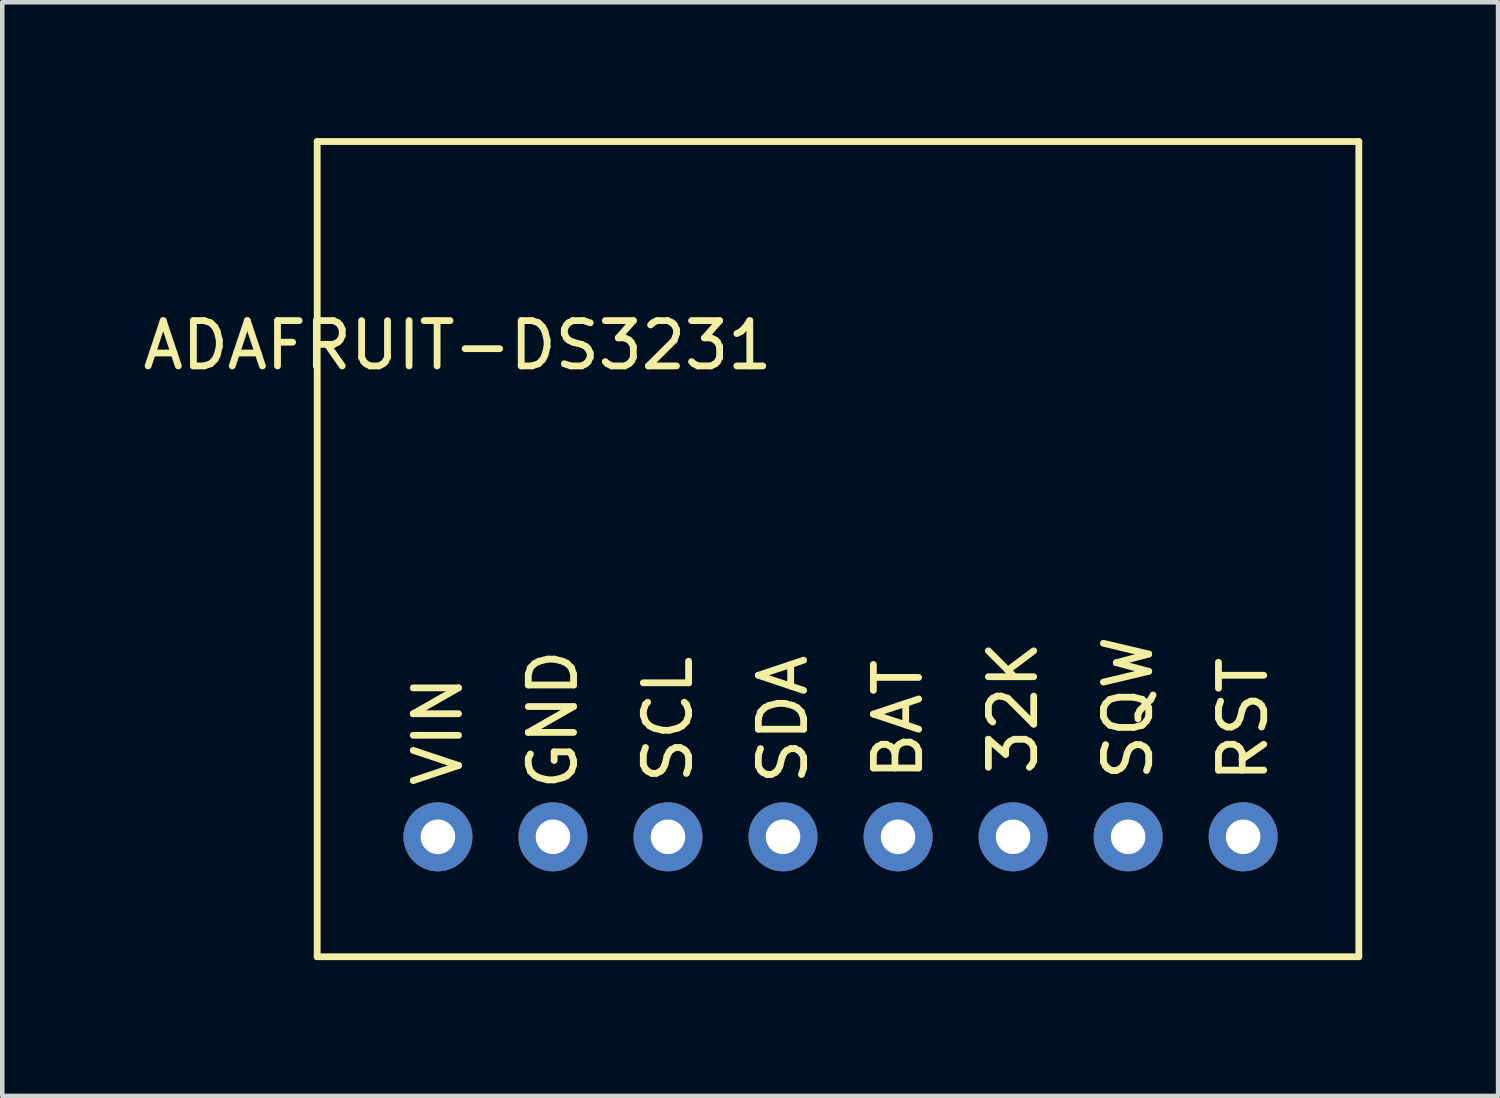
<source format=kicad_pcb>
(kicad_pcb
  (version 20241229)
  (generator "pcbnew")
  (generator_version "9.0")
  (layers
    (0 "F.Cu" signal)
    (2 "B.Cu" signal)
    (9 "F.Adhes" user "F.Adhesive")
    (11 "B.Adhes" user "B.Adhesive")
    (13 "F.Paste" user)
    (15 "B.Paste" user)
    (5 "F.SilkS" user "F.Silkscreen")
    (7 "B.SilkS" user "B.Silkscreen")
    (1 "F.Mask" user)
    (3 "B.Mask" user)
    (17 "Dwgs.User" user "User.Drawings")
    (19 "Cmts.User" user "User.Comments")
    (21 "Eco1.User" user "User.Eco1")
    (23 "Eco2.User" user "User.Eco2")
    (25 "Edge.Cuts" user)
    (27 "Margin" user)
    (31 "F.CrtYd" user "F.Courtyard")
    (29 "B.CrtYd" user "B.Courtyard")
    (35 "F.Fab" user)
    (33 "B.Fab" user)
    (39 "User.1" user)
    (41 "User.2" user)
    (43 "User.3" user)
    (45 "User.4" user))
  (footprint "ADAFRUIT-DS3231"
    (layer "F.Cu")
    (at 11.954 12.075)
    (property "Reference" "ADAFRUIT-DS3231" (at -4.9 -7.5 0) (layer "F.SilkS") (effects (font (size 1 1) (thickness 0.15))))
    (attr through_hole)
    (fp_line (start -8 -12) (end -8 6) (stroke (width 0.15) (type solid)) (layer "F.SilkS"))
    (fp_line (start -8 6) (end 15 6) (stroke (width 0.15) (type solid)) (layer "F.SilkS"))
    (fp_line (start 15 -12) (end -8 -12) (stroke (width 0.15) (type solid)) (layer "F.SilkS"))
    (fp_line (start 15 6) (end 15 -12) (stroke (width 0.15) (type solid)) (layer "F.SilkS"))
    (fp_text user "VIN" (at -5.334 1.016 90) (layer "F.SilkS") (effects (font (size 1 1) (thickness 0.15))))
    (fp_text user "32K" (at 7.366 0.508 90) (layer "F.SilkS") (effects (font (size 1 1) (thickness 0.15))))
    (fp_text user "GND" (at -2.794 0.762 90) (layer "F.SilkS") (effects (font (size 1 1) (thickness 0.15))))
    (fp_text user "SCL" (at -0.254 0.762 90) (layer "F.SilkS") (effects (font (size 1 1) (thickness 0.15))))
    (fp_text user "SQW" (at 9.906 0.508 90) (layer "F.SilkS") (effects (font (size 1 1) (thickness 0.15))))
    (fp_text user "BAT" (at 4.826 0.762 90) (layer "F.SilkS") (effects (font (size 1 1) (thickness 0.15))))
    (fp_text user "SDA" (at 2.286 0.762 90) (layer "F.SilkS") (effects (font (size 1 1) (thickness 0.15))))
    (fp_text user "RST" (at 12.446 0.762 90) (layer "F.SilkS") (effects (font (size 1 1) (thickness 0.15))))
    (pad "1" thru_hole circle (at -5.334 3.353) (size 1.524 1.524) (drill 0.762) (layers "*.Cu" "*.Mask"))
    (pad "2" thru_hole circle (at -2.794 3.353) (size 1.524 1.524) (drill 0.762) (layers "*.Cu" "*.Mask"))
    (pad "3" thru_hole circle (at -0.254 3.353) (size 1.524 1.524) (drill 0.762) (layers "*.Cu" "*.Mask"))
    (pad "4" thru_hole circle (at 2.286 3.353) (size 1.524 1.524) (drill 0.762) (layers "*.Cu" "*.Mask"))
    (pad "5" thru_hole circle (at 4.826 3.353) (size 1.524 1.524) (drill 0.762) (layers "*.Cu" "*.Mask"))
    (pad "6" thru_hole circle (at 7.366 3.353) (size 1.524 1.524) (drill 0.762) (layers "*.Cu" "*.Mask"))
    (pad "7" thru_hole circle (at 9.906 3.353) (size 1.524 1.524) (drill 0.762) (layers "*.Cu" "*.Mask"))
    (pad "8" thru_hole circle (at 12.446 3.353) (size 1.524 1.524) (drill 0.762) (layers "*.Cu" "*.Mask")))
  (gr_rect
    (start -3 -3)
    (end 30.029 21.15)
    (stroke (width 0.1) (type default))
    (fill no)
    (layer "Edge.Cuts")))
</source>
